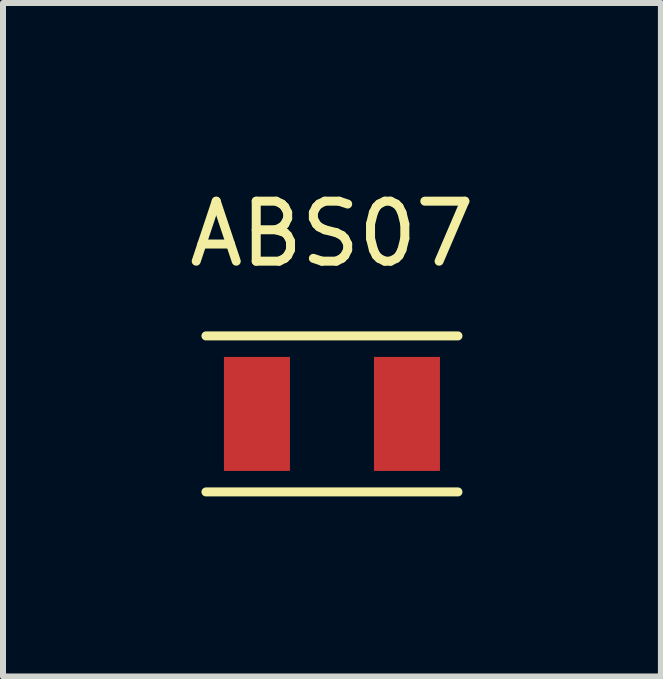
<source format=kicad_pcb>
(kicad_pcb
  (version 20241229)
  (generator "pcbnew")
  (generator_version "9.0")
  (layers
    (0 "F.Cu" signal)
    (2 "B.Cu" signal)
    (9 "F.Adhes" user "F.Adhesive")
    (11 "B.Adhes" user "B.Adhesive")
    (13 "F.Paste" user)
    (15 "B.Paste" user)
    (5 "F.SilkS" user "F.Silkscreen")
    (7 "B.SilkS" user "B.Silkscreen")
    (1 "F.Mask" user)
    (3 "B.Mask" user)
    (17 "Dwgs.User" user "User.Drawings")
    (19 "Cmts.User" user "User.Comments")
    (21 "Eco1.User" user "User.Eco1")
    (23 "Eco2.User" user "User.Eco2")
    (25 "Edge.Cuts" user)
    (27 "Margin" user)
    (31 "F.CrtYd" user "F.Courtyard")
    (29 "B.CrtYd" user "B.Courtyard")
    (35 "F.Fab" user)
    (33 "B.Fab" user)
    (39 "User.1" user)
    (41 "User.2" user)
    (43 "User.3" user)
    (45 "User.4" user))
  (footprint "ABS07"
    (layer "F.Cu")
    (at 2.482 3.848)
    (property "Reference" "ABS07" (at 0 -3 0) (layer "F.SilkS") (effects (font (size 1 1) (thickness 0.15))))
    (attr smd)
    (fp_line (start -2.1 -1.3) (end 2.1 -1.3) (stroke (width 0.15) (type solid)) (layer "F.SilkS"))
    (fp_line (start -2.1 1.3) (end 2.1 1.3) (stroke (width 0.15) (type solid)) (layer "F.SilkS"))
    (pad "1" smd rect (at -1.25 0) (size 1.1 1.9) (layers "F.Cu" "F.Mask" "F.Paste"))
    (pad "2" smd rect (at 1.25 0) (size 1.1 1.9) (layers "F.Cu" "F.Mask" "F.Paste")))
  (gr_rect
    (start -3 -3)
    (end 7.964 8.223)
    (stroke (width 0.1) (type default))
    (fill no)
    (layer "Edge.Cuts")))
</source>
